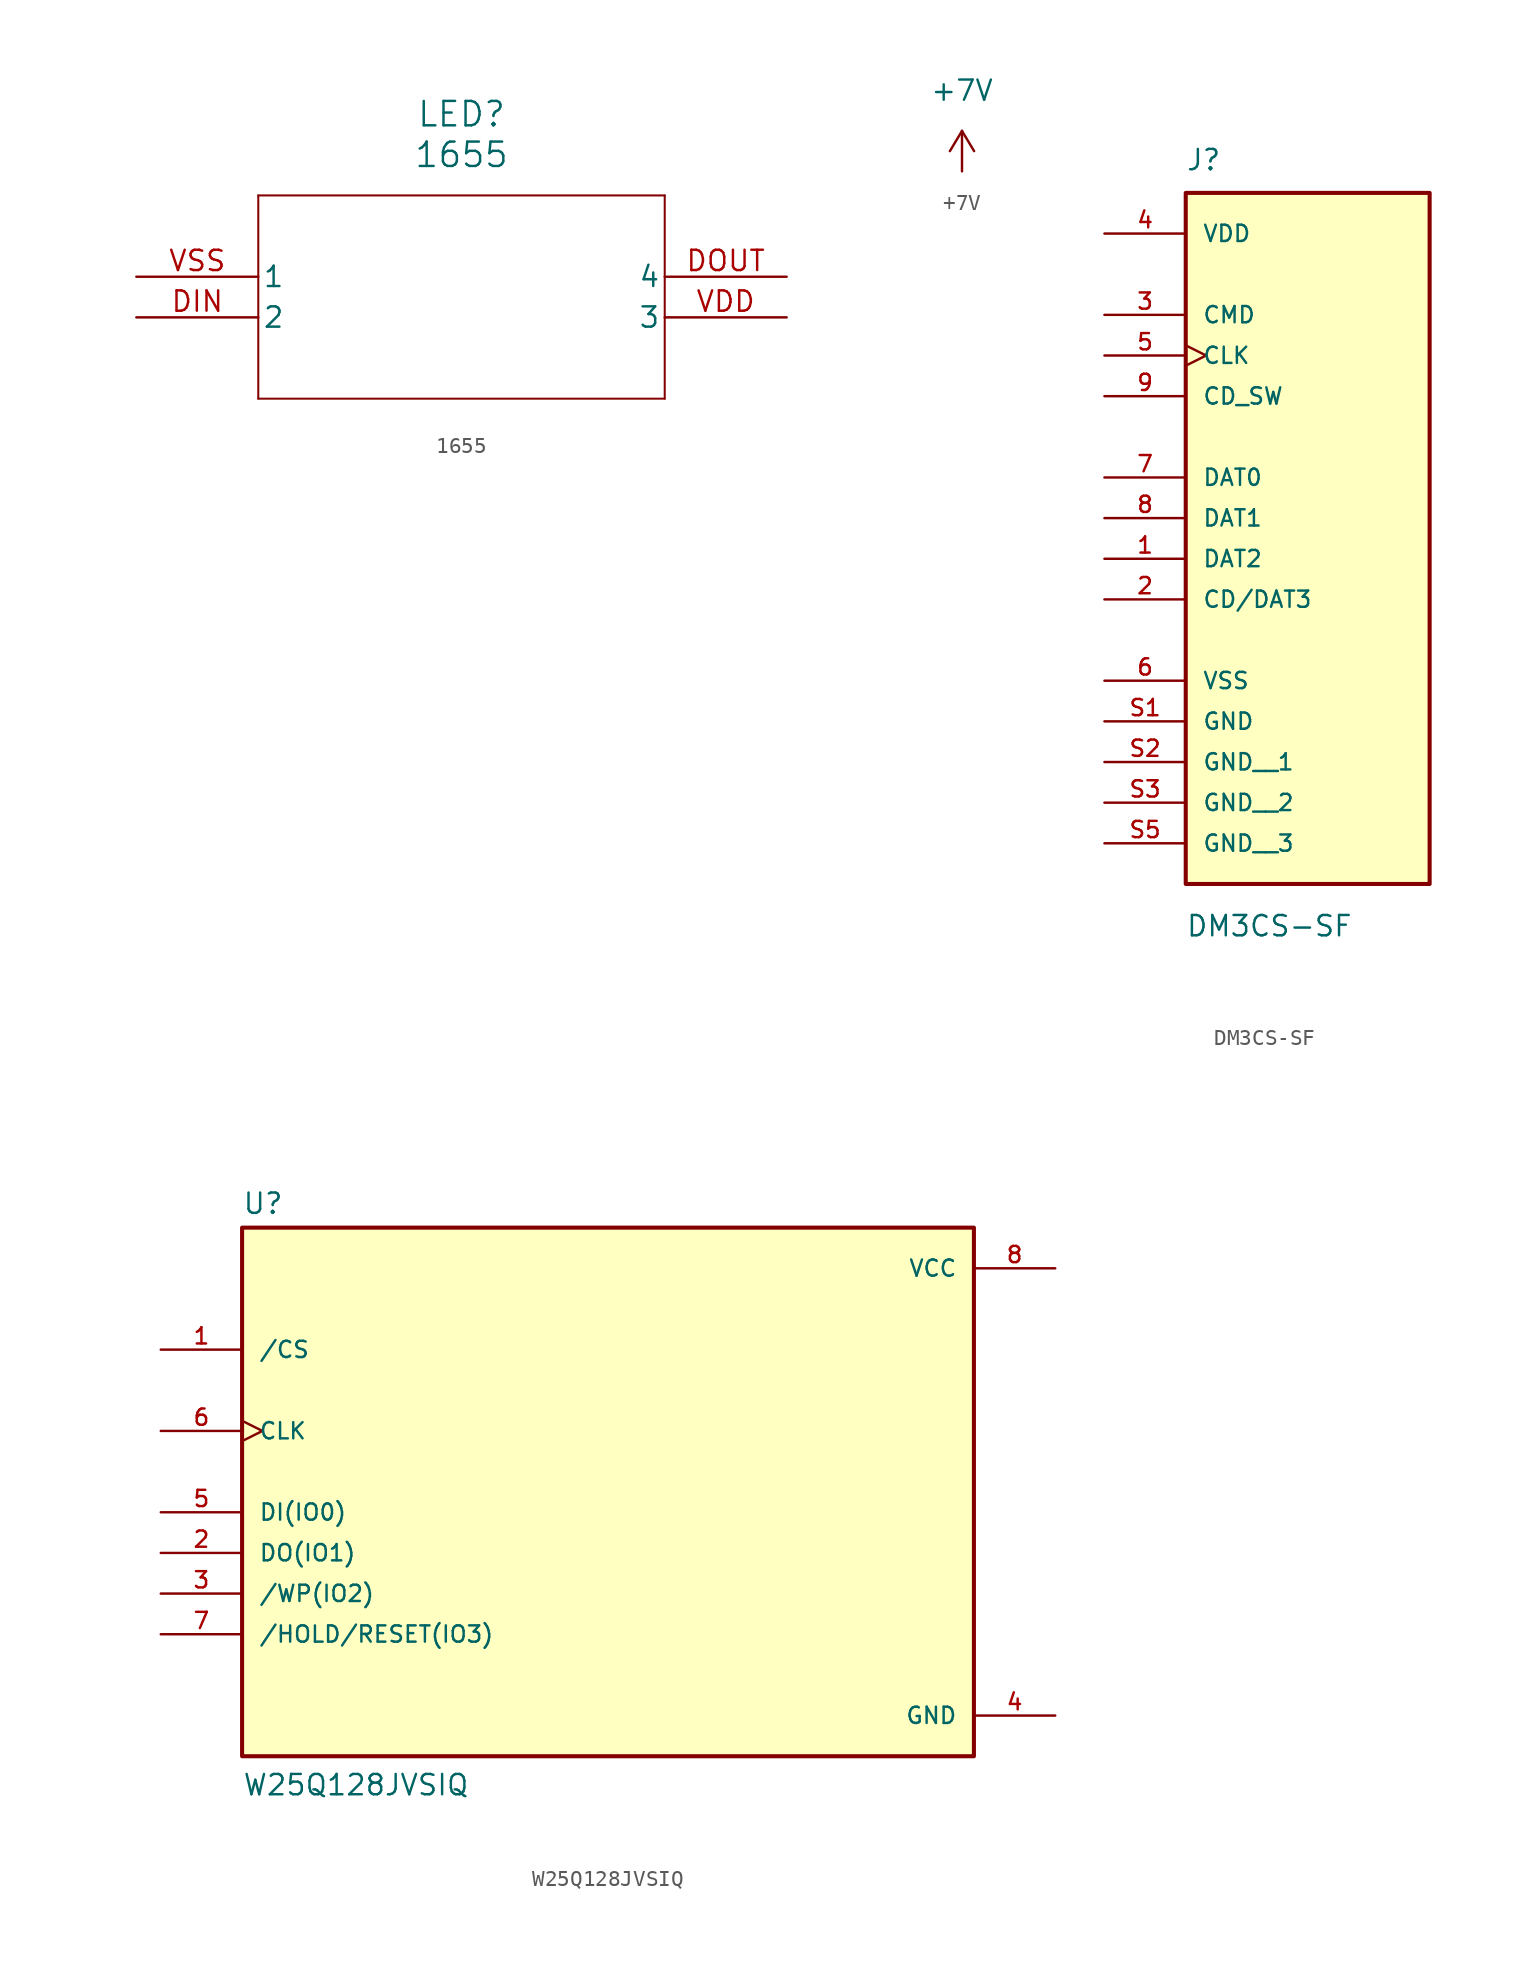
<source format=kicad_sym>
(kicad_symbol_lib
  (version 20220914)
  (generator kicad_symbol_editor)
  (symbol "1655"
    (pin_names
      (offset 0.254))
    (property "Reference" "LED"
      (at 20.32 10.16 0)
      (effects (font (size 1.524 1.524))))
    (property "Value" "1655"
      (at 20.32 7.62 0)
      (effects (font (size 1.524 1.524))))
    (property "ki_locked" ""
      (at 0 0 0)
      (effects (font (size 1.27 1.27))))
    (symbol "1655_0_1"
      (polyline (pts (xy 7.62 -7.62) (xy 33.02 -7.62)) (stroke (width 0.127) (type default)) (fill (type none)))
      (polyline (pts (xy 7.62 5.08) (xy 7.62 -7.62)) (stroke (width 0.127) (type default)) (fill (type none)))
      (polyline (pts (xy 33.02 -7.62) (xy 33.02 5.08)) (stroke (width 0.127) (type default)) (fill (type none)))
      (polyline (pts (xy 33.02 5.08) (xy 7.62 5.08)) (stroke (width 0.127) (type default)) (fill (type none)))
      (pin unspecified line (at 0 -2.54 0) (length 7.62) (name "2" (effects (font (size 1.27 1.27)))) (number "DIN" (effects (font (size 1.27 1.27)))))
      (pin unspecified line (at 40.64 -2.54 180) (length 7.62) (name "3" (effects (font (size 1.27 1.27)))) (number "VDD" (effects (font (size 1.27 1.27)))))
      (pin unspecified line (at 0 0 0) (length 7.62) (name "1" (effects (font (size 1.27 1.27)))) (number "VSS" (effects (font (size 1.27 1.27))))))
    (symbol "1655_1_1"
      (pin unspecified line (at 40.64 0 180) (length 7.62) (name "4" (effects (font (size 1.27 1.27)))) (number "DOUT" (effects (font (size 1.27 1.27)))))))
  (symbol "+7V"
    (power)
    (pin_names
      (offset 0))
    (property "Reference" "#PWR010"
      (at 6.35 -3.81 0)
      (effects (font (size 1.27 1.27)) hide))
    (property "Value" "+7V"
      (at 0 5.08 0)
      (effects (font (size 1.27 1.27))))
    (symbol "+7V_0_1"
      (polyline (pts (xy 0 0) (xy 0 2.54)) (stroke (width 0) (type default)) (fill (type none)))
      (polyline (pts (xy 0 2.54) (xy 0.762 1.27)) (stroke (width 0) (type default)) (fill (type none))))
    (symbol "+7V_1_1"
      (polyline (pts (xy -0.762 1.27) (xy 0 2.54)) (stroke (width 0) (type default)) (fill (type none)))
      (pin power_in line (at 0 0 90) (length 0) hide (name "+7V" (effects (font (size 1.27 1.27)))) (number "1" (effects (font (size 1.27 1.27)))))))
  (symbol "DM3CS-SF"
    (pin_names
      (offset 1.016))
    (property "Reference" "J"
      (at -7.628 19.098 0)
      (effects (font (size 1.27 1.27)) (justify left bottom)))
    (property "Value" "DM3CS-SF"
      (at -7.636 -28.771 0)
      (effects (font (size 1.27 1.27)) (justify left bottom)))
    (symbol "DM3CS-SF_0_0"
      (rectangle (start -7.62 -25.4) (end 7.62 17.78) (stroke (width 0.254) (type default)) (fill (type background)))
      (pin passive line (at -12.7 -5.08 0) (length 5.08) (name "DAT2" (effects (font (size 1.016 1.016)))) (number "1" (effects (font (size 1.016 1.016)))))
      (pin passive line (at -12.7 -7.62 0) (length 5.08) (name "CD/DAT3" (effects (font (size 1.016 1.016)))) (number "2" (effects (font (size 1.016 1.016)))))
      (pin passive line (at -12.7 10.16 0) (length 5.08) (name "CMD" (effects (font (size 1.016 1.016)))) (number "3" (effects (font (size 1.016 1.016)))))
      (pin passive line (at -12.7 15.24 0) (length 5.08) (name "VDD" (effects (font (size 1.016 1.016)))) (number "4" (effects (font (size 1.016 1.016)))))
      (pin passive clock (at -12.7 7.62 0) (length 5.08) (name "CLK" (effects (font (size 1.016 1.016)))) (number "5" (effects (font (size 1.016 1.016)))))
      (pin passive line (at -12.7 -12.7 0) (length 5.08) (name "VSS" (effects (font (size 1.016 1.016)))) (number "6" (effects (font (size 1.016 1.016)))))
      (pin passive line (at -12.7 0 0) (length 5.08) (name "DAT0" (effects (font (size 1.016 1.016)))) (number "7" (effects (font (size 1.016 1.016)))))
      (pin passive line (at -12.7 -2.54 0) (length 5.08) (name "DAT1" (effects (font (size 1.016 1.016)))) (number "8" (effects (font (size 1.016 1.016)))))
      (pin passive line (at -12.7 5.08 0) (length 5.08) (name "CD_SW" (effects (font (size 1.016 1.016)))) (number "9" (effects (font (size 1.016 1.016)))))
      (pin passive line (at -12.7 -15.24 0) (length 5.08) (name "GND" (effects (font (size 1.016 1.016)))) (number "S1" (effects (font (size 1.016 1.016)))))
      (pin passive line (at -12.7 -17.78 0) (length 5.08) (name "GND__1" (effects (font (size 1.016 1.016)))) (number "S2" (effects (font (size 1.016 1.016)))))
      (pin passive line (at -12.7 -20.32 0) (length 5.08) (name "GND__2" (effects (font (size 1.016 1.016)))) (number "S3" (effects (font (size 1.016 1.016)))))
      (pin passive line (at -12.7 -22.86 0) (length 5.08) (name "GND__3" (effects (font (size 1.016 1.016)))) (number "S5" (effects (font (size 1.016 1.016)))))))
  (symbol "W25Q128JVSIQ"
    (pin_names
      (offset 1.016))
    (property "Reference" "U"
      (at -22.86 16.002 0)
      (effects (font (size 1.27 1.27)) (justify left bottom)))
    (property "Value" "W25Q128JVSIQ"
      (at -22.86 -20.32 0)
      (effects (font (size 1.27 1.27)) (justify left bottom)))
    (symbol "W25Q128JVSIQ_0_0"
      (rectangle (start -22.86 15.24) (end 22.86 -17.78) (stroke (width 0.254) (type default)) (fill (type background)))
      (pin input line (at -27.94 7.62 0) (length 5.08) (name "/CS" (effects (font (size 1.016 1.016)))) (number "1" (effects (font (size 1.016 1.016)))))
      (pin bidirectional line (at -27.94 -5.08 0) (length 5.08) (name "DO(IO1)" (effects (font (size 1.016 1.016)))) (number "2" (effects (font (size 1.016 1.016)))))
      (pin bidirectional line (at -27.94 -7.62 0) (length 5.08) (name "/WP(IO2)" (effects (font (size 1.016 1.016)))) (number "3" (effects (font (size 1.016 1.016)))))
      (pin power_in line (at 27.94 -15.24 180) (length 5.08) (name "GND" (effects (font (size 1.016 1.016)))) (number "4" (effects (font (size 1.016 1.016)))))
      (pin bidirectional line (at -27.94 -2.54 0) (length 5.08) (name "DI(IO0)" (effects (font (size 1.016 1.016)))) (number "5" (effects (font (size 1.016 1.016)))))
      (pin input clock (at -27.94 2.54 0) (length 5.08) (name "CLK" (effects (font (size 1.016 1.016)))) (number "6" (effects (font (size 1.016 1.016)))))
      (pin bidirectional line (at -27.94 -10.16 0) (length 5.08) (name "/HOLD/RESET(IO3)" (effects (font (size 1.016 1.016)))) (number "7" (effects (font (size 1.016 1.016)))))
      (pin power_in line (at 27.94 12.7 180) (length 5.08) (name "VCC" (effects (font (size 1.016 1.016)))) (number "8" (effects (font (size 1.016 1.016))))))))
</source>
